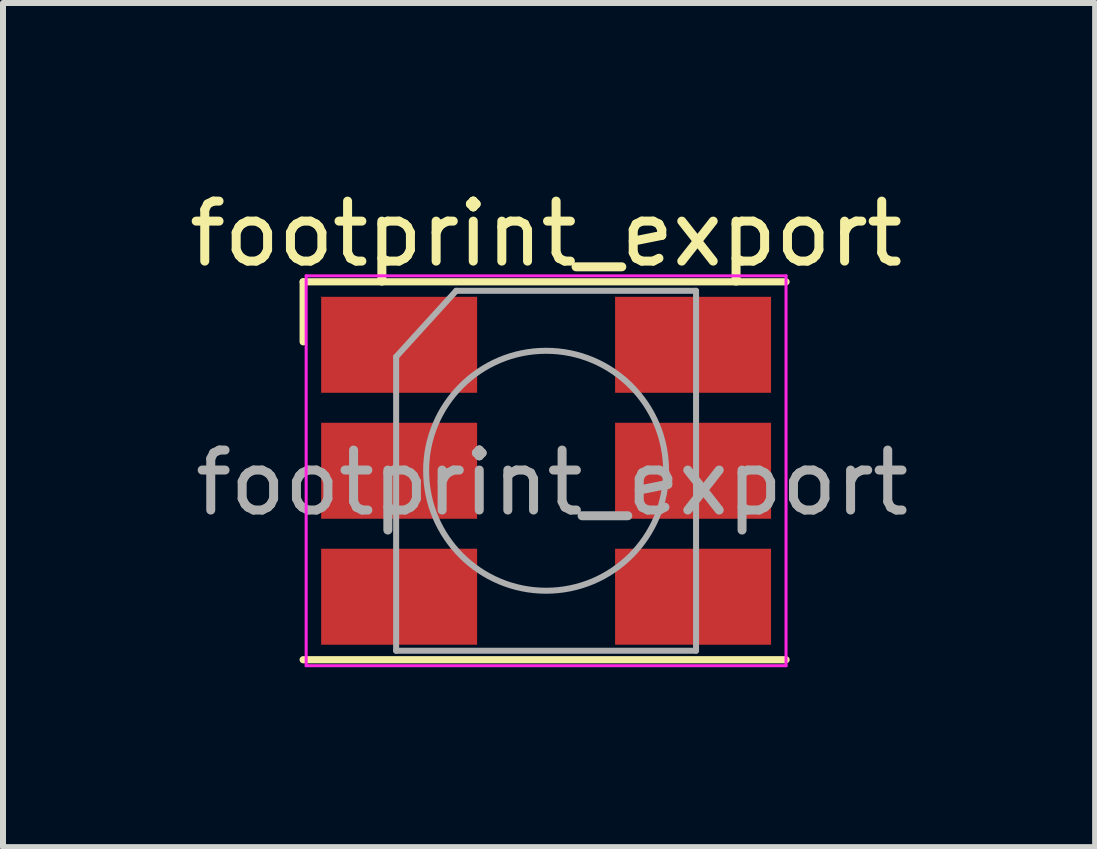
<source format=kicad_pcb>
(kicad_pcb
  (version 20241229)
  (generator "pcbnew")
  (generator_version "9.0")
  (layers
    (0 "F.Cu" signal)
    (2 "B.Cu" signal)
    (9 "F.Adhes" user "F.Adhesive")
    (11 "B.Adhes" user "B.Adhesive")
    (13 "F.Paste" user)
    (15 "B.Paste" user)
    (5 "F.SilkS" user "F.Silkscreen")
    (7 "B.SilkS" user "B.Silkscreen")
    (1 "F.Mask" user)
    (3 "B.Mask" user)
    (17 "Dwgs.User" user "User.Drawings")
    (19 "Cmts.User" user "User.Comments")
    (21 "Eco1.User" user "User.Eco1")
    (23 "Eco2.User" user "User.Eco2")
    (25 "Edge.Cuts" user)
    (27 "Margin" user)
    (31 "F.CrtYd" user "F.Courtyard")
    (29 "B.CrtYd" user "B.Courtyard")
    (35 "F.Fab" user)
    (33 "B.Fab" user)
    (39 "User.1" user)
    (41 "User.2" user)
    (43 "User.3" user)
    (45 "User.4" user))
  (footprint "footprint_export"
    (layer "F.Cu")
    (at 6.054 4.798)
    (property "Reference" "footprint_export" (at 0 -3.95 0) (layer "F.SilkS") (effects (font (size 1 1) (thickness 0.15))))
    (attr smd)
    (fp_line (start -4.05 -3.15) (end 4 -3.15) (stroke (width 0.12) (type solid)) (layer "F.SilkS"))
    (fp_line (start -4.05 -2.15) (end -4.05 -3.15) (stroke (width 0.12) (type solid)) (layer "F.SilkS"))
    (fp_line (start -4.05 3.15) (end 4 3.15) (stroke (width 0.12) (type solid)) (layer "F.SilkS"))
    (fp_line (start -4 -3.25) (end -4 3.25) (stroke (width 0.05) (type solid)) (layer "F.CrtYd"))
    (fp_line (start -4 3.25) (end 4 3.25) (stroke (width 0.05) (type solid)) (layer "F.CrtYd"))
    (fp_line (start 4 -3.25) (end -4 -3.25) (stroke (width 0.05) (type solid)) (layer "F.CrtYd"))
    (fp_line (start 4 3.25) (end 4 -3.25) (stroke (width 0.05) (type solid)) (layer "F.CrtYd"))
    (fp_line (start -2.5 -1.9) (end -1.5 -3) (stroke (width 0.1) (type solid)) (layer "F.Fab"))
    (fp_line (start -2.5 3) (end -2.5 -1.9) (stroke (width 0.1) (type solid)) (layer "F.Fab"))
    (fp_line (start -1.5 -3) (end 2.5 -3) (stroke (width 0.1) (type solid)) (layer "F.Fab"))
    (fp_line (start 2.5 -3) (end 2.5 3) (stroke (width 0.1) (type solid)) (layer "F.Fab"))
    (fp_line (start 2.5 3) (end -2.5 3) (stroke (width 0.1) (type solid)) (layer "F.Fab"))
    (fp_circle (center 0 0) (end 0 -2) (stroke (width 0.1) (type solid)) (fill no) (layer "F.Fab"))
    (fp_text user "${REFERENCE}" (at 0.1 0.2 0) (layer "F.Fab") (effects (font (size 1 1) (thickness 0.15))))
    (pad "1" smd rect (at -2.45 -2.1) (size 2.6 1.6) (layers "F.Cu" "F.Mask" "F.Paste"))
    (pad "2" smd rect (at -2.45 0) (size 2.6 1.6) (layers "F.Cu" "F.Mask" "F.Paste"))
    (pad "3" smd rect (at -2.45 2.1) (size 2.6 1.6) (layers "F.Cu" "F.Mask" "F.Paste"))
    (pad "4" smd rect (at 2.45 2.1) (size 2.6 1.6) (layers "F.Cu" "F.Mask" "F.Paste"))
    (pad "5" smd rect (at 2.45 0) (size 2.6 1.6) (layers "F.Cu" "F.Mask" "F.Paste"))
    (pad "6" smd rect (at 2.45 -2.1) (size 2.6 1.6) (layers "F.Cu" "F.Mask" "F.Paste")))
  (gr_rect
    (start -3 -3)
    (end 15.207 11.073)
    (stroke (width 0.1) (type default))
    (fill no)
    (layer "Edge.Cuts")))
</source>
